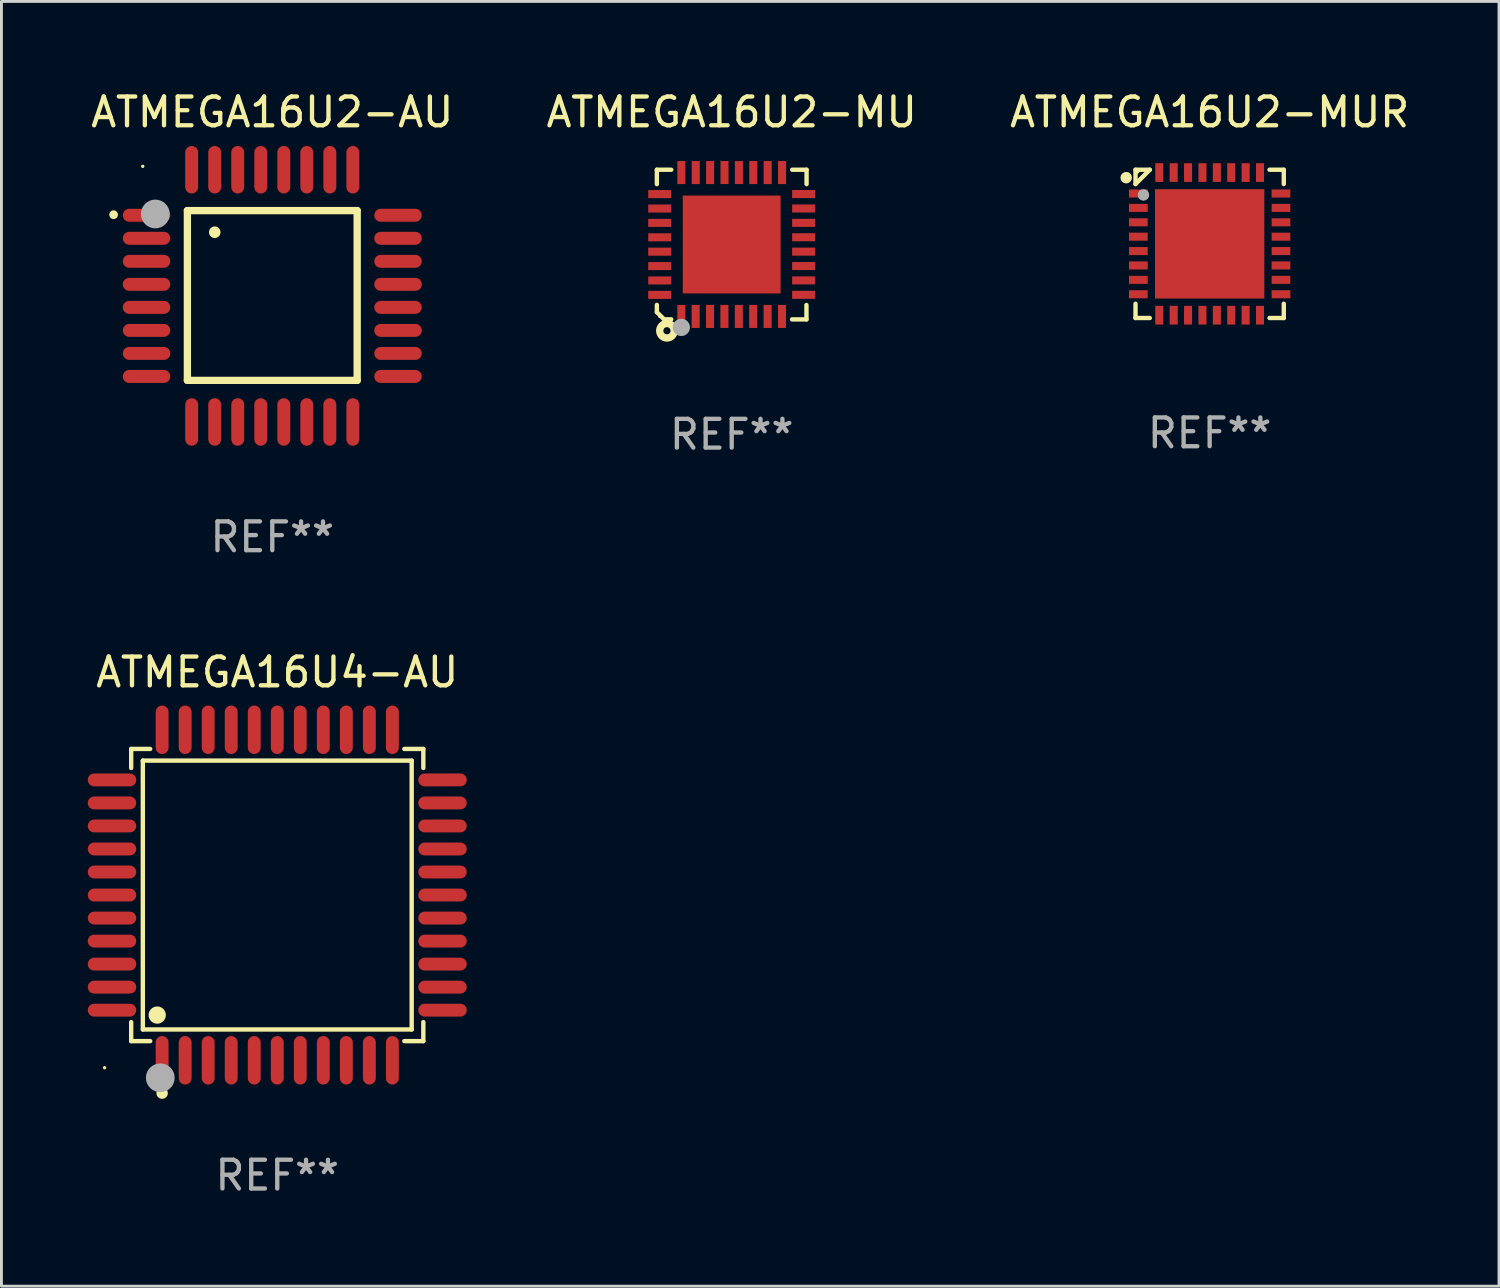
<source format=kicad_pcb>
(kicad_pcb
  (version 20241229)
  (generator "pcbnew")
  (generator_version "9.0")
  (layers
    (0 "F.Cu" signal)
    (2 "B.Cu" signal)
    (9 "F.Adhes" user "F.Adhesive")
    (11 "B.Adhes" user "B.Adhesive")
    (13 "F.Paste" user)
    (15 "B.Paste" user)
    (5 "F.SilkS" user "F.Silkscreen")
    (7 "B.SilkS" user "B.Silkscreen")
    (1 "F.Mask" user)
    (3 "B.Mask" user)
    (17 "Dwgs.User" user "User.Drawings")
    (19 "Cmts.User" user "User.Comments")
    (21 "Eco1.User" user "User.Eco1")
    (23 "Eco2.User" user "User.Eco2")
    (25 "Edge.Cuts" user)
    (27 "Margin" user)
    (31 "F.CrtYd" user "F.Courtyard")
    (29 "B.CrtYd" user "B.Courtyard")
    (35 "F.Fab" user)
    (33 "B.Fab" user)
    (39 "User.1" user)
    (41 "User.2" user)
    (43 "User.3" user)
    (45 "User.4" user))
  (footprint "ATMEGA16U2-AU"
    (layer "F.Cu")
    (at 6.411 7.23)
    (property "Reference" "ATMEGA16U2-AU" (at 0 -6.382 0) (layer "F.SilkS") (effects (font (size 1 1) (thickness 0.15))))
    (attr through_hole)
    (fp_line (start -2.95 -2.963) (end -2.95 2.937) (stroke (width 0.254) (type solid)) (layer "F.SilkS"))
    (fp_line (start -2.95 2.937) (end 2.95 2.937) (stroke (width 0.254) (type solid)) (layer "F.SilkS"))
    (fp_line (start 2.95 -2.963) (end -2.95 -2.963) (stroke (width 0.254) (type solid)) (layer "F.SilkS"))
    (fp_line (start 2.95 2.937) (end 2.95 -2.963) (stroke (width 0.254) (type solid)) (layer "F.SilkS"))
    (fp_arc (start -5.514199 -2.818136) (mid -5.514204 -2.819406) (end -5.514199 -2.820676) (stroke (width 0.3) (type solid)) (layer "F.SilkS"))
    (fp_arc (start -1.998984 -2.209804) (mid -1.998988 -2.211074) (end -1.998984 -2.212344) (stroke (width 0.4) (type solid)) (layer "F.SilkS"))
    (fp_circle (center -4.5 -4.5) (end -4.47 -4.5) (stroke (width 0.06) (type solid)) (fill no) (layer "F.SilkS"))
    (fp_circle (center -4.064 -2.845) (end -3.814 -2.845) (stroke (width 0.5) (type solid)) (fill no) (layer "F.Fab"))
    (fp_text user "REF**" (at 0 8.382 0) (layer "F.Fab") (effects (font (size 1 1) (thickness 0.15))))
    (pad "1" smd oval (at -4.369 -2.8 90) (size 0.45 1.65) (layers "F.Cu" "F.Mask" "F.Paste"))
    (pad "2" smd oval (at -4.369 -2 90) (size 0.45 1.65) (layers "F.Cu" "F.Mask" "F.Paste"))
    (pad "3" smd oval (at -4.369 -1.2 90) (size 0.45 1.65) (layers "F.Cu" "F.Mask" "F.Paste"))
    (pad "4" smd oval (at -4.369 -0.4 90) (size 0.45 1.65) (layers "F.Cu" "F.Mask" "F.Paste"))
    (pad "5" smd oval (at -4.369 0.4 90) (size 0.45 1.65) (layers "F.Cu" "F.Mask" "F.Paste"))
    (pad "6" smd oval (at -4.369 1.2 90) (size 0.45 1.65) (layers "F.Cu" "F.Mask" "F.Paste"))
    (pad "7" smd oval (at -4.369 2 90) (size 0.45 1.65) (layers "F.Cu" "F.Mask" "F.Paste"))
    (pad "8" smd oval (at -4.369 2.8 90) (size 0.45 1.65) (layers "F.Cu" "F.Mask" "F.Paste"))
    (pad "9" smd oval (at -2.8 4.382) (size 0.45 1.65) (layers "F.Cu" "F.Mask" "F.Paste"))
    (pad "10" smd oval (at -2 4.382) (size 0.45 1.65) (layers "F.Cu" "F.Mask" "F.Paste"))
    (pad "11" smd oval (at -1.2 4.382) (size 0.45 1.65) (layers "F.Cu" "F.Mask" "F.Paste"))
    (pad "12" smd oval (at -0.4 4.382) (size 0.45 1.65) (layers "F.Cu" "F.Mask" "F.Paste"))
    (pad "13" smd oval (at 0.4 4.382) (size 0.45 1.65) (layers "F.Cu" "F.Mask" "F.Paste"))
    (pad "14" smd oval (at 1.2 4.382) (size 0.45 1.65) (layers "F.Cu" "F.Mask" "F.Paste"))
    (pad "15" smd oval (at 2 4.382) (size 0.45 1.65) (layers "F.Cu" "F.Mask" "F.Paste"))
    (pad "16" smd oval (at 2.8 4.382) (size 0.45 1.65) (layers "F.Cu" "F.Mask" "F.Paste"))
    (pad "17" smd oval (at 4.369 2.8 90) (size 0.45 1.65) (layers "F.Cu" "F.Mask" "F.Paste"))
    (pad "18" smd oval (at 4.369 2 90) (size 0.45 1.65) (layers "F.Cu" "F.Mask" "F.Paste"))
    (pad "19" smd oval (at 4.369 1.2 90) (size 0.45 1.65) (layers "F.Cu" "F.Mask" "F.Paste"))
    (pad "20" smd oval (at 4.369 0.4 90) (size 0.45 1.65) (layers "F.Cu" "F.Mask" "F.Paste"))
    (pad "21" smd oval (at 4.369 -0.4 90) (size 0.45 1.65) (layers "F.Cu" "F.Mask" "F.Paste"))
    (pad "22" smd oval (at 4.369 -1.2 90) (size 0.45 1.65) (layers "F.Cu" "F.Mask" "F.Paste"))
    (pad "23" smd oval (at 4.369 -2 90) (size 0.45 1.65) (layers "F.Cu" "F.Mask" "F.Paste"))
    (pad "24" smd oval (at 4.369 -2.8 90) (size 0.45 1.65) (layers "F.Cu" "F.Mask" "F.Paste"))
    (pad "25" smd oval (at 2.8 -4.382) (size 0.45 1.65) (layers "F.Cu" "F.Mask" "F.Paste"))
    (pad "26" smd oval (at 2 -4.382) (size 0.45 1.65) (layers "F.Cu" "F.Mask" "F.Paste"))
    (pad "27" smd oval (at 1.2 -4.382) (size 0.45 1.65) (layers "F.Cu" "F.Mask" "F.Paste"))
    (pad "28" smd oval (at 0.4 -4.382) (size 0.45 1.65) (layers "F.Cu" "F.Mask" "F.Paste"))
    (pad "29" smd oval (at -0.4 -4.382) (size 0.45 1.65) (layers "F.Cu" "F.Mask" "F.Paste"))
    (pad "30" smd oval (at -1.2 -4.382) (size 0.45 1.65) (layers "F.Cu" "F.Mask" "F.Paste"))
    (pad "31" smd oval (at -2 -4.382) (size 0.45 1.65) (layers "F.Cu" "F.Mask" "F.Paste"))
    (pad "32" smd oval (at -2.8 -4.382) (size 0.45 1.65) (layers "F.Cu" "F.Mask" "F.Paste")))
  (footprint "ATMEGA16U2-MU"
    (layer "F.Cu")
    (at 22.375 5.448)
    (property "Reference" "ATMEGA16U2-MU" (at 0 -4.6 0) (layer "F.SilkS") (effects (font (size 1 1) (thickness 0.15))))
    (attr through_hole)
    (fp_line (start -2.601 2.097) (end -2.601 2.347) (stroke (width 0.152) (type solid)) (layer "F.SilkS"))
    (fp_line (start -2.601 2.347) (end -2.351 2.597) (stroke (width 0.152) (type solid)) (layer "F.SilkS"))
    (fp_line (start -2.601 -2.6) (end -2.601 -2.1) (stroke (width 0.152) (type solid)) (layer "F.SilkS"))
    (fp_line (start -2.601 -2.6) (end -2.101 -2.6) (stroke (width 0.152) (type solid)) (layer "F.SilkS"))
    (fp_line (start -2.351 2.597) (end -2.101 2.597) (stroke (width 0.152) (type solid)) (layer "F.SilkS"))
    (fp_line (start 2.597 2.6) (end 2.097 2.6) (stroke (width 0.152) (type solid)) (layer "F.SilkS"))
    (fp_line (start 2.597 2.6) (end 2.597 2.1) (stroke (width 0.152) (type solid)) (layer "F.SilkS"))
    (fp_line (start 2.601 -2.6) (end 2.101 -2.6) (stroke (width 0.152) (type solid)) (layer "F.SilkS"))
    (fp_line (start 2.601 -2.6) (end 2.601 -2.1) (stroke (width 0.152) (type solid)) (layer "F.SilkS"))
    (fp_circle (center -2.501 2.497) (end -2.471 2.497) (stroke (width 0.06) (type solid)) (fill no) (layer "F.SilkS"))
    (fp_circle (center -2.25 2.995) (end -2.125 2.995) (stroke (width 0.254) (type solid)) (fill no) (layer "F.SilkS"))
    (fp_circle (center -1.751 2.878) (end -1.601 2.878) (stroke (width 0.3) (type solid)) (fill no) (layer "F.Fab"))
    (fp_text user "REF**" (at 0 6.6 0) (layer "F.Fab") (effects (font (size 1 1) (thickness 0.15))))
    (pad "1" smd rect (at -1.751 2.497) (size 0.28 0.8) (layers "F.Cu" "F.Mask" "F.Paste"))
    (pad "2" smd rect (at -1.253 2.497) (size 0.28 0.8) (layers "F.Cu" "F.Mask" "F.Paste"))
    (pad "3" smd rect (at -0.753 2.497) (size 0.28 0.8) (layers "F.Cu" "F.Mask" "F.Paste"))
    (pad "4" smd rect (at -0.253 2.497) (size 0.28 0.8) (layers "F.Cu" "F.Mask" "F.Paste"))
    (pad "5" smd rect (at 0.247 2.497) (size 0.28 0.8) (layers "F.Cu" "F.Mask" "F.Paste"))
    (pad "6" smd rect (at 0.747 2.497) (size 0.28 0.8) (layers "F.Cu" "F.Mask" "F.Paste"))
    (pad "7" smd rect (at 1.247 2.497) (size 0.28 0.8) (layers "F.Cu" "F.Mask" "F.Paste"))
    (pad "8" smd rect (at 1.747 2.497) (size 0.28 0.8) (layers "F.Cu" "F.Mask" "F.Paste"))
    (pad "9" smd rect (at 2.499 1.746) (size 0.8 0.28) (layers "F.Cu" "F.Mask" "F.Paste"))
    (pad "10" smd rect (at 2.499 1.245) (size 0.8 0.28) (layers "F.Cu" "F.Mask" "F.Paste"))
    (pad "11" smd rect (at 2.499 0.746) (size 0.8 0.28) (layers "F.Cu" "F.Mask" "F.Paste"))
    (pad "12" smd rect (at 2.499 0.245) (size 0.8 0.28) (layers "F.Cu" "F.Mask" "F.Paste"))
    (pad "13" smd rect (at 2.499 -0.254) (size 0.8 0.28) (layers "F.Cu" "F.Mask" "F.Paste"))
    (pad "14" smd rect (at 2.499 -0.755) (size 0.8 0.28) (layers "F.Cu" "F.Mask" "F.Paste"))
    (pad "15" smd rect (at 2.499 -1.254) (size 0.8 0.28) (layers "F.Cu" "F.Mask" "F.Paste"))
    (pad "16" smd rect (at 2.499 -1.755) (size 0.8 0.28) (layers "F.Cu" "F.Mask" "F.Paste"))
    (pad "17" smd rect (at 1.75 -2.502) (size 0.28 0.8) (layers "F.Cu" "F.Mask" "F.Paste"))
    (pad "18" smd rect (at 1.25 -2.502) (size 0.28 0.8) (layers "F.Cu" "F.Mask" "F.Paste"))
    (pad "19" smd rect (at 0.75 -2.502) (size 0.28 0.8) (layers "F.Cu" "F.Mask" "F.Paste"))
    (pad "20" smd rect (at 0.25 -2.502) (size 0.28 0.8) (layers "F.Cu" "F.Mask" "F.Paste"))
    (pad "21" smd rect (at -0.25 -2.502) (size 0.28 0.8) (layers "F.Cu" "F.Mask" "F.Paste"))
    (pad "22" smd rect (at -0.75 -2.502) (size 0.28 0.8) (layers "F.Cu" "F.Mask" "F.Paste"))
    (pad "23" smd rect (at -1.25 -2.502) (size 0.28 0.8) (layers "F.Cu" "F.Mask" "F.Paste"))
    (pad "24" smd rect (at -1.75 -2.502) (size 0.28 0.8) (layers "F.Cu" "F.Mask" "F.Paste"))
    (pad "25" smd rect (at -2.501 -1.753) (size 0.8 0.28) (layers "F.Cu" "F.Mask" "F.Paste"))
    (pad "26" smd rect (at -2.501 -1.252) (size 0.8 0.28) (layers "F.Cu" "F.Mask" "F.Paste"))
    (pad "27" smd rect (at -2.501 -0.753) (size 0.8 0.28) (layers "F.Cu" "F.Mask" "F.Paste"))
    (pad "28" smd rect (at -2.501 -0.252) (size 0.8 0.28) (layers "F.Cu" "F.Mask" "F.Paste"))
    (pad "29" smd rect (at -2.501 0.247) (size 0.8 0.28) (layers "F.Cu" "F.Mask" "F.Paste"))
    (pad "30" smd rect (at -2.501 0.748) (size 0.8 0.28) (layers "F.Cu" "F.Mask" "F.Paste"))
    (pad "31" smd rect (at -2.501 1.247) (size 0.8 0.28) (layers "F.Cu" "F.Mask" "F.Paste"))
    (pad "32" smd rect (at -2.501 1.748) (size 0.8 0.28) (layers "F.Cu" "F.Mask" "F.Paste"))
    (pad "33" smd rect (at -0.001 -0.003 180) (size 3.4 3.4) (layers "F.Cu" "F.Mask" "F.Paste")))
  (footprint "ATMEGA16U4-AU"
    (layer "F.Cu")
    (at 6.584 28.05)
    (property "Reference" "ATMEGA16U4-AU" (at 0 -7.742 0) (layer "F.SilkS") (effects (font (size 1 1) (thickness 0.15))))
    (attr through_hole)
    (fp_line (start -5.076 -5.076) (end -4.415 -5.076) (stroke (width 0.152) (type solid)) (layer "F.SilkS"))
    (fp_line (start -5.076 -4.415) (end -5.076 -5.076) (stroke (width 0.152) (type solid)) (layer "F.SilkS"))
    (fp_line (start -5.076 4.415) (end -5.076 5.076) (stroke (width 0.152) (type solid)) (layer "F.SilkS"))
    (fp_line (start -5.076 5.076) (end -4.415 5.076) (stroke (width 0.152) (type solid)) (layer "F.SilkS"))
    (fp_line (start -4.671 -4.671) (end 4.671 -4.671) (stroke (width 0.152) (type solid)) (layer "F.SilkS"))
    (fp_line (start -4.671 4.671) (end -4.671 -4.671) (stroke (width 0.152) (type solid)) (layer "F.SilkS"))
    (fp_line (start 4.671 -4.671) (end 4.671 4.671) (stroke (width 0.152) (type solid)) (layer "F.SilkS"))
    (fp_line (start 4.671 4.671) (end -4.671 4.671) (stroke (width 0.152) (type solid)) (layer "F.SilkS"))
    (fp_line (start 5.076 -5.076) (end 4.415 -5.076) (stroke (width 0.152) (type solid)) (layer "F.SilkS"))
    (fp_line (start 5.076 -4.415) (end 5.076 -5.076) (stroke (width 0.152) (type solid)) (layer "F.SilkS"))
    (fp_line (start 5.076 4.415) (end 5.076 5.076) (stroke (width 0.152) (type solid)) (layer "F.SilkS"))
    (fp_line (start 5.076 5.076) (end 4.415 5.076) (stroke (width 0.152) (type solid)) (layer "F.SilkS"))
    (fp_circle (center -6 6) (end -5.97 6) (stroke (width 0.06) (type solid)) (fill no) (layer "F.SilkS"))
    (fp_circle (center -4.171 4.171) (end -4.021 4.171) (stroke (width 0.3) (type solid)) (fill no) (layer "F.SilkS"))
    (fp_circle (center -4 6.884) (end -3.9 6.884) (stroke (width 0.2) (type solid)) (fill no) (layer "F.SilkS"))
    (fp_circle (center -4.064 6.35) (end -3.814 6.35) (stroke (width 0.5) (type solid)) (fill no) (layer "F.Fab"))
    (fp_text user "REF**" (at 0 9.742 0) (layer "F.Fab") (effects (font (size 1 1) (thickness 0.15))))
    (pad "1" smd oval (at -4 5.742) (size 0.448 1.684) (layers "F.Cu" "F.Mask" "F.Paste"))
    (pad "2" smd oval (at -3.2 5.742) (size 0.448 1.684) (layers "F.Cu" "F.Mask" "F.Paste"))
    (pad "3" smd oval (at -2.4 5.742) (size 0.448 1.684) (layers "F.Cu" "F.Mask" "F.Paste"))
    (pad "4" smd oval (at -1.6 5.742) (size 0.448 1.684) (layers "F.Cu" "F.Mask" "F.Paste"))
    (pad "5" smd oval (at -0.8 5.742) (size 0.448 1.684) (layers "F.Cu" "F.Mask" "F.Paste"))
    (pad "6" smd oval (at 0 5.742) (size 0.448 1.684) (layers "F.Cu" "F.Mask" "F.Paste"))
    (pad "7" smd oval (at 0.8 5.742) (size 0.448 1.684) (layers "F.Cu" "F.Mask" "F.Paste"))
    (pad "8" smd oval (at 1.6 5.742) (size 0.448 1.684) (layers "F.Cu" "F.Mask" "F.Paste"))
    (pad "9" smd oval (at 2.4 5.742) (size 0.448 1.684) (layers "F.Cu" "F.Mask" "F.Paste"))
    (pad "10" smd oval (at 3.2 5.742) (size 0.448 1.684) (layers "F.Cu" "F.Mask" "F.Paste"))
    (pad "11" smd oval (at 4 5.742) (size 0.448 1.684) (layers "F.Cu" "F.Mask" "F.Paste"))
    (pad "12" smd oval (at 5.742 4) (size 1.684 0.448) (layers "F.Cu" "F.Mask" "F.Paste"))
    (pad "13" smd oval (at 5.742 3.2) (size 1.684 0.448) (layers "F.Cu" "F.Mask" "F.Paste"))
    (pad "14" smd oval (at 5.742 2.4) (size 1.684 0.448) (layers "F.Cu" "F.Mask" "F.Paste"))
    (pad "15" smd oval (at 5.742 1.6) (size 1.684 0.448) (layers "F.Cu" "F.Mask" "F.Paste"))
    (pad "16" smd oval (at 5.742 0.8) (size 1.684 0.448) (layers "F.Cu" "F.Mask" "F.Paste"))
    (pad "17" smd oval (at 5.742 0) (size 1.684 0.448) (layers "F.Cu" "F.Mask" "F.Paste"))
    (pad "18" smd oval (at 5.742 -0.8) (size 1.684 0.448) (layers "F.Cu" "F.Mask" "F.Paste"))
    (pad "19" smd oval (at 5.742 -1.6) (size 1.684 0.448) (layers "F.Cu" "F.Mask" "F.Paste"))
    (pad "20" smd oval (at 5.742 -2.4) (size 1.684 0.448) (layers "F.Cu" "F.Mask" "F.Paste"))
    (pad "21" smd oval (at 5.742 -3.2) (size 1.684 0.448) (layers "F.Cu" "F.Mask" "F.Paste"))
    (pad "22" smd oval (at 5.742 -4) (size 1.684 0.448) (layers "F.Cu" "F.Mask" "F.Paste"))
    (pad "23" smd oval (at 4 -5.742) (size 0.448 1.684) (layers "F.Cu" "F.Mask" "F.Paste"))
    (pad "24" smd oval (at 3.2 -5.742) (size 0.448 1.684) (layers "F.Cu" "F.Mask" "F.Paste"))
    (pad "25" smd oval (at 2.4 -5.742) (size 0.448 1.684) (layers "F.Cu" "F.Mask" "F.Paste"))
    (pad "26" smd oval (at 1.6 -5.742) (size 0.448 1.684) (layers "F.Cu" "F.Mask" "F.Paste"))
    (pad "27" smd oval (at 0.8 -5.742) (size 0.448 1.684) (layers "F.Cu" "F.Mask" "F.Paste"))
    (pad "28" smd oval (at 0 -5.742) (size 0.448 1.684) (layers "F.Cu" "F.Mask" "F.Paste"))
    (pad "29" smd oval (at -0.8 -5.742) (size 0.448 1.684) (layers "F.Cu" "F.Mask" "F.Paste"))
    (pad "30" smd oval (at -1.6 -5.742) (size 0.448 1.684) (layers "F.Cu" "F.Mask" "F.Paste"))
    (pad "31" smd oval (at -2.4 -5.742) (size 0.448 1.684) (layers "F.Cu" "F.Mask" "F.Paste"))
    (pad "32" smd oval (at -3.2 -5.742) (size 0.448 1.684) (layers "F.Cu" "F.Mask" "F.Paste"))
    (pad "33" smd oval (at -4 -5.742) (size 0.448 1.684) (layers "F.Cu" "F.Mask" "F.Paste"))
    (pad "34" smd oval (at -5.742 -4) (size 1.684 0.448) (layers "F.Cu" "F.Mask" "F.Paste"))
    (pad "35" smd oval (at -5.742 -3.2) (size 1.684 0.448) (layers "F.Cu" "F.Mask" "F.Paste"))
    (pad "36" smd oval (at -5.742 -2.4) (size 1.684 0.448) (layers "F.Cu" "F.Mask" "F.Paste"))
    (pad "37" smd oval (at -5.742 -1.6) (size 1.684 0.448) (layers "F.Cu" "F.Mask" "F.Paste"))
    (pad "38" smd oval (at -5.742 -0.8) (size 1.684 0.448) (layers "F.Cu" "F.Mask" "F.Paste"))
    (pad "39" smd oval (at -5.742 0) (size 1.684 0.448) (layers "F.Cu" "F.Mask" "F.Paste"))
    (pad "40" smd oval (at -5.742 0.8) (size 1.684 0.448) (layers "F.Cu" "F.Mask" "F.Paste"))
    (pad "41" smd oval (at -5.742 1.6) (size 1.684 0.448) (layers "F.Cu" "F.Mask" "F.Paste"))
    (pad "42" smd oval (at -5.742 2.4) (size 1.684 0.448) (layers "F.Cu" "F.Mask" "F.Paste"))
    (pad "43" smd oval (at -5.742 3.2) (size 1.684 0.448) (layers "F.Cu" "F.Mask" "F.Paste"))
    (pad "44" smd oval (at -5.742 4) (size 1.684 0.448) (layers "F.Cu" "F.Mask" "F.Paste")))
  (footprint "ATMEGA16U2-MUR"
    (layer "F.Cu")
    (at 38.982 5.424)
    (property "Reference" "ATMEGA16U2-MUR" (at 0 -4.576 0) (layer "F.SilkS") (effects (font (size 1 1) (thickness 0.15))))
    (attr through_hole)
    (fp_line (start -2.576 -2.576) (end -2.576 -2.08) (stroke (width 0.152) (type solid)) (layer "F.SilkS"))
    (fp_line (start -2.576 2.576) (end -2.576 2.08) (stroke (width 0.152) (type solid)) (layer "F.SilkS"))
    (fp_line (start -2.08 -2.576) (end -2.576 -2.576) (stroke (width 0.152) (type solid)) (layer "F.SilkS"))
    (fp_line (start -2.08 -2.576) (end -2.576 -2.08) (stroke (width 0.152) (type solid)) (layer "F.SilkS"))
    (fp_line (start -2.08 2.576) (end -2.576 2.576) (stroke (width 0.152) (type solid)) (layer "F.SilkS"))
    (fp_line (start 2.08 -2.576) (end 2.576 -2.576) (stroke (width 0.152) (type solid)) (layer "F.SilkS"))
    (fp_line (start 2.08 2.576) (end 2.576 2.576) (stroke (width 0.152) (type solid)) (layer "F.SilkS"))
    (fp_line (start 2.576 -2.576) (end 2.576 -2.08) (stroke (width 0.152) (type solid)) (layer "F.SilkS"))
    (fp_line (start 2.576 2.576) (end 2.576 2.08) (stroke (width 0.152) (type solid)) (layer "F.SilkS"))
    (fp_circle (center -2.9 -2.3) (end -2.8 -2.3) (stroke (width 0.2) (type solid)) (fill no) (layer "F.SilkS"))
    (fp_circle (center -2.5 -2.5) (end -2.47 -2.5) (stroke (width 0.06) (type solid)) (fill no) (layer "F.SilkS"))
    (fp_circle (center -2.3 -1.7) (end -2.2 -1.7) (stroke (width 0.2) (type solid)) (fill no) (layer "F.Fab"))
    (fp_text user "REF**" (at 0 6.576 0) (layer "F.Fab") (effects (font (size 1 1) (thickness 0.15))))
    (pad "1" smd rect (at -2.478 -1.75) (size 0.65 0.28) (layers "F.Cu" "F.Mask" "F.Paste"))
    (pad "2" smd rect (at -2.478 -1.25) (size 0.65 0.28) (layers "F.Cu" "F.Mask" "F.Paste"))
    (pad "3" smd rect (at -2.478 -0.75) (size 0.65 0.28) (layers "F.Cu" "F.Mask" "F.Paste"))
    (pad "4" smd rect (at -2.478 -0.25) (size 0.65 0.28) (layers "F.Cu" "F.Mask" "F.Paste"))
    (pad "5" smd rect (at -2.478 0.25) (size 0.65 0.28) (layers "F.Cu" "F.Mask" "F.Paste"))
    (pad "6" smd rect (at -2.478 0.75) (size 0.65 0.28) (layers "F.Cu" "F.Mask" "F.Paste"))
    (pad "7" smd rect (at -2.478 1.25) (size 0.65 0.28) (layers "F.Cu" "F.Mask" "F.Paste"))
    (pad "8" smd rect (at -2.478 1.75) (size 0.65 0.28) (layers "F.Cu" "F.Mask" "F.Paste"))
    (pad "9" smd rect (at -1.75 2.478) (size 0.28 0.65) (layers "F.Cu" "F.Mask" "F.Paste"))
    (pad "10" smd rect (at -1.25 2.478) (size 0.28 0.65) (layers "F.Cu" "F.Mask" "F.Paste"))
    (pad "11" smd rect (at -0.75 2.478) (size 0.28 0.65) (layers "F.Cu" "F.Mask" "F.Paste"))
    (pad "12" smd rect (at -0.25 2.478) (size 0.28 0.65) (layers "F.Cu" "F.Mask" "F.Paste"))
    (pad "13" smd rect (at 0.25 2.478) (size 0.28 0.65) (layers "F.Cu" "F.Mask" "F.Paste"))
    (pad "14" smd rect (at 0.75 2.478) (size 0.28 0.65) (layers "F.Cu" "F.Mask" "F.Paste"))
    (pad "15" smd rect (at 1.25 2.478) (size 0.28 0.65) (layers "F.Cu" "F.Mask" "F.Paste"))
    (pad "16" smd rect (at 1.75 2.478) (size 0.28 0.65) (layers "F.Cu" "F.Mask" "F.Paste"))
    (pad "17" smd rect (at 2.478 1.75) (size 0.65 0.28) (layers "F.Cu" "F.Mask" "F.Paste"))
    (pad "18" smd rect (at 2.478 1.25) (size 0.65 0.28) (layers "F.Cu" "F.Mask" "F.Paste"))
    (pad "19" smd rect (at 2.478 0.75) (size 0.65 0.28) (layers "F.Cu" "F.Mask" "F.Paste"))
    (pad "20" smd rect (at 2.478 0.25) (size 0.65 0.28) (layers "F.Cu" "F.Mask" "F.Paste"))
    (pad "21" smd rect (at 2.478 -0.25) (size 0.65 0.28) (layers "F.Cu" "F.Mask" "F.Paste"))
    (pad "22" smd rect (at 2.478 -0.75) (size 0.65 0.28) (layers "F.Cu" "F.Mask" "F.Paste"))
    (pad "23" smd rect (at 2.478 -1.25) (size 0.65 0.28) (layers "F.Cu" "F.Mask" "F.Paste"))
    (pad "24" smd rect (at 2.478 -1.75) (size 0.65 0.28) (layers "F.Cu" "F.Mask" "F.Paste"))
    (pad "25" smd rect (at 1.75 -2.478) (size 0.28 0.65) (layers "F.Cu" "F.Mask" "F.Paste"))
    (pad "26" smd rect (at 1.25 -2.478) (size 0.28 0.65) (layers "F.Cu" "F.Mask" "F.Paste"))
    (pad "27" smd rect (at 0.75 -2.478) (size 0.28 0.65) (layers "F.Cu" "F.Mask" "F.Paste"))
    (pad "28" smd rect (at 0.25 -2.478) (size 0.28 0.65) (layers "F.Cu" "F.Mask" "F.Paste"))
    (pad "29" smd rect (at -0.25 -2.478) (size 0.28 0.65) (layers "F.Cu" "F.Mask" "F.Paste"))
    (pad "30" smd rect (at -0.75 -2.478) (size 0.28 0.65) (layers "F.Cu" "F.Mask" "F.Paste"))
    (pad "31" smd rect (at -1.25 -2.478) (size 0.28 0.65) (layers "F.Cu" "F.Mask" "F.Paste"))
    (pad "32" smd rect (at -1.75 -2.478) (size 0.28 0.65) (layers "F.Cu" "F.Mask" "F.Paste"))
    (pad "33" smd rect (at 0 0) (size 3.8 3.8) (layers "F.Cu" "F.Mask" "F.Paste")))
  (gr_rect
    (start -3 -3)
    (end 49.036 41.64)
    (stroke (width 0.1) (type default))
    (fill no)
    (layer "Edge.Cuts")))
</source>
